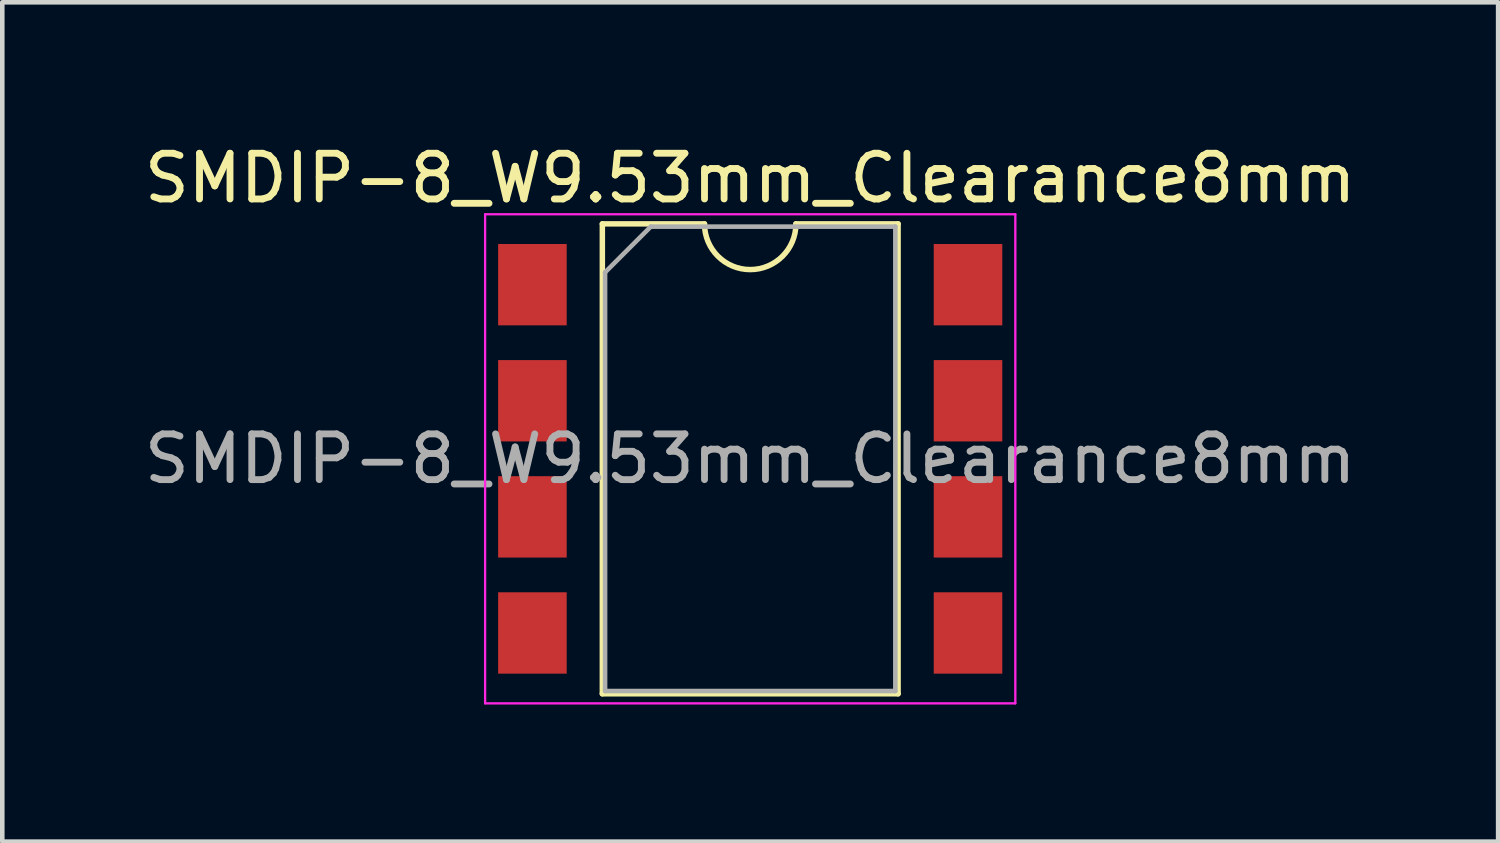
<source format=kicad_pcb>
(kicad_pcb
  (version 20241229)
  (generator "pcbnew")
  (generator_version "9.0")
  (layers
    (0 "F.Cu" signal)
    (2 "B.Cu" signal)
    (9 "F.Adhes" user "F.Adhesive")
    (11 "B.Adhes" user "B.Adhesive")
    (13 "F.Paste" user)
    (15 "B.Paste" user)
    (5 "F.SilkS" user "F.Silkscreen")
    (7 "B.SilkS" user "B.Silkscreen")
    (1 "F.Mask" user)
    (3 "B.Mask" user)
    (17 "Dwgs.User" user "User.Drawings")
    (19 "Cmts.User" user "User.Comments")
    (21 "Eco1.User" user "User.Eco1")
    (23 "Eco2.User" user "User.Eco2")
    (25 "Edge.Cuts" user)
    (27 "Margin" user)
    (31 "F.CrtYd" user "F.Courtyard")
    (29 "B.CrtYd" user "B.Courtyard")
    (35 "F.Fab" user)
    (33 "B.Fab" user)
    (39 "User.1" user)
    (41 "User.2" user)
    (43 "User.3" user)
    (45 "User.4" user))
  (footprint "SMDIP-8_W9.53mm_Clearance8mm"
    (layer "F.Cu")
    (at 13.363 6.988)
    (property "Reference" "SMDIP-8_W9.53mm_Clearance8mm" (at 0 -6.14 0) (layer "F.SilkS") (effects (font (size 1 1) (thickness 0.15))))
    (attr smd)
    (fp_line (start -3.235 -5.14) (end -3.235 5.14) (stroke (width 0.12) (type solid)) (layer "F.SilkS"))
    (fp_line (start -3.235 5.14) (end 3.235 5.14) (stroke (width 0.12) (type solid)) (layer "F.SilkS"))
    (fp_line (start -1 -5.14) (end -3.235 -5.14) (stroke (width 0.12) (type solid)) (layer "F.SilkS"))
    (fp_line (start 3.235 -5.14) (end 1 -5.14) (stroke (width 0.12) (type solid)) (layer "F.SilkS"))
    (fp_line (start 3.235 5.14) (end 3.235 -5.14) (stroke (width 0.12) (type solid)) (layer "F.SilkS"))
    (fp_arc (start 1 -5.14) (mid 0 -4.14) (end -1 -5.14) (stroke (width 0.12) (type solid)) (layer "F.SilkS"))
    (fp_line (start -5.8 -5.35) (end -5.8 5.35) (stroke (width 0.05) (type solid)) (layer "F.CrtYd"))
    (fp_line (start -5.8 5.35) (end 5.8 5.35) (stroke (width 0.05) (type solid)) (layer "F.CrtYd"))
    (fp_line (start 5.8 -5.35) (end -5.8 -5.35) (stroke (width 0.05) (type solid)) (layer "F.CrtYd"))
    (fp_line (start 5.8 5.35) (end 5.8 -5.35) (stroke (width 0.05) (type solid)) (layer "F.CrtYd"))
    (fp_line (start -3.175 -4.08) (end -2.175 -5.08) (stroke (width 0.1) (type solid)) (layer "F.Fab"))
    (fp_line (start -3.175 5.08) (end -3.175 -4.08) (stroke (width 0.1) (type solid)) (layer "F.Fab"))
    (fp_line (start -2.175 -5.08) (end 3.175 -5.08) (stroke (width 0.1) (type solid)) (layer "F.Fab"))
    (fp_line (start 3.175 -5.08) (end 3.175 5.08) (stroke (width 0.1) (type solid)) (layer "F.Fab"))
    (fp_line (start 3.175 5.08) (end -3.175 5.08) (stroke (width 0.1) (type solid)) (layer "F.Fab"))
    (fp_text user "${REFERENCE}" (at 0 0 0) (layer "F.Fab") (effects (font (size 1 1) (thickness 0.15))))
    (pad "1" smd rect (at -4.765 -3.81) (size 1.5 1.78) (layers "F.Cu" "F.Mask" "F.Paste"))
    (pad "2" smd rect (at -4.765 -1.27) (size 1.5 1.78) (layers "F.Cu" "F.Mask" "F.Paste"))
    (pad "3" smd rect (at -4.765 1.27) (size 1.5 1.78) (layers "F.Cu" "F.Mask" "F.Paste"))
    (pad "4" smd rect (at -4.765 3.81) (size 1.5 1.78) (layers "F.Cu" "F.Mask" "F.Paste"))
    (pad "5" smd rect (at 4.765 3.81) (size 1.5 1.78) (layers "F.Cu" "F.Mask" "F.Paste"))
    (pad "6" smd rect (at 4.765 1.27) (size 1.5 1.78) (layers "F.Cu" "F.Mask" "F.Paste"))
    (pad "7" smd rect (at 4.765 -1.27) (size 1.5 1.78) (layers "F.Cu" "F.Mask" "F.Paste"))
    (pad "8" smd rect (at 4.765 -3.81) (size 1.5 1.78) (layers "F.Cu" "F.Mask" "F.Paste")))
  (gr_rect
    (start -3 -3)
    (end 29.726 15.363)
    (stroke (width 0.1) (type default))
    (fill no)
    (layer "Edge.Cuts")))
</source>
